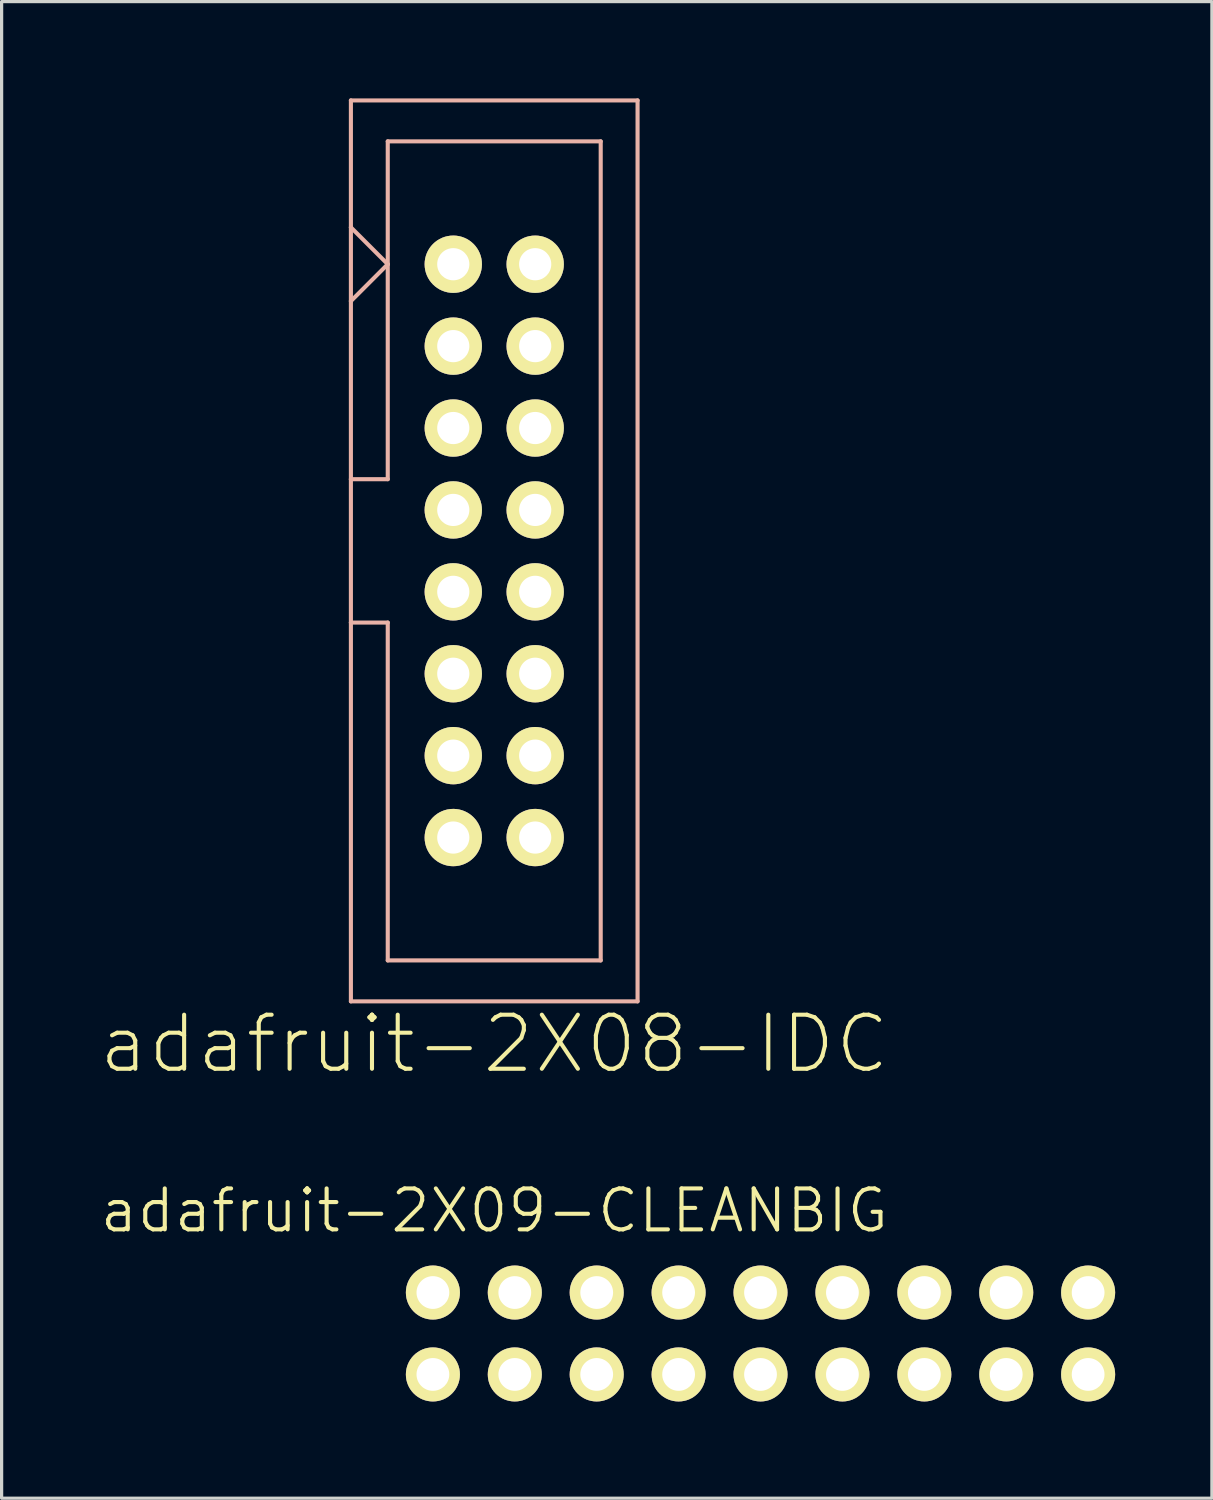
<source format=kicad_pcb>
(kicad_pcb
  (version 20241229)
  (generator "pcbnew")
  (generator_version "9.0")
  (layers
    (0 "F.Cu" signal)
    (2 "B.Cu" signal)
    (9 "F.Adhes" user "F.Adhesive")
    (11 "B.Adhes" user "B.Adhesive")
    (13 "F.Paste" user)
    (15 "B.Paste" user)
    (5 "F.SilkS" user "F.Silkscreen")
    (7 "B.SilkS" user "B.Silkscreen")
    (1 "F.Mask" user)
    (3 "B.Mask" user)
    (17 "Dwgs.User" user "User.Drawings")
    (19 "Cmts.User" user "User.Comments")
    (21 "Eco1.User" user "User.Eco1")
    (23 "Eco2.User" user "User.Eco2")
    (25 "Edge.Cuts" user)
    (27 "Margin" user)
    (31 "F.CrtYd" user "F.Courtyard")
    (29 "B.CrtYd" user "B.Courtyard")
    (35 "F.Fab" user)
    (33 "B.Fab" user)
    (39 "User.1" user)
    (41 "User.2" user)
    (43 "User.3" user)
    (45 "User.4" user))
  (footprint "adafruit-2X08-IDC"
    (layer "F.Cu")
    (at 12.277 14.034)
    (property "Reference" "adafruit-2X08-IDC" (at 0 15.291 0) (layer "F.SilkS") (effects (font (size 1.676 1.676) (thickness 0.127))))
    (attr exclude_from_pos_files exclude_from_bom)
    (fp_line (start -4.445 -13.97) (end 4.445 -13.97) (stroke (width 0.127) (type solid)) (layer "B.SilkS"))
    (fp_line (start -4.445 -10.033) (end -4.445 -13.97) (stroke (width 0.127) (type solid)) (layer "B.SilkS"))
    (fp_line (start -4.445 -10.033) (end -3.302 -8.89) (stroke (width 0.127) (type solid)) (layer "B.SilkS"))
    (fp_line (start -4.445 -7.747) (end -4.445 -10.033) (stroke (width 0.127) (type solid)) (layer "B.SilkS"))
    (fp_line (start -4.445 -2.223) (end -4.445 -7.747) (stroke (width 0.127) (type solid)) (layer "B.SilkS"))
    (fp_line (start -4.445 -2.223) (end -3.302 -2.223) (stroke (width 0.127) (type solid)) (layer "B.SilkS"))
    (fp_line (start -4.445 2.223) (end -4.445 -2.223) (stroke (width 0.127) (type solid)) (layer "B.SilkS"))
    (fp_line (start -4.445 13.97) (end -4.445 2.223) (stroke (width 0.127) (type solid)) (layer "B.SilkS"))
    (fp_line (start -3.302 -12.7) (end 3.302 -12.7) (stroke (width 0.127) (type solid)) (layer "B.SilkS"))
    (fp_line (start -3.302 -8.89) (end -4.445 -7.747) (stroke (width 0.127) (type solid)) (layer "B.SilkS"))
    (fp_line (start -3.302 -8.89) (end -3.302 -12.7) (stroke (width 0.127) (type solid)) (layer "B.SilkS"))
    (fp_line (start -3.302 -2.223) (end -3.302 -8.89) (stroke (width 0.127) (type solid)) (layer "B.SilkS"))
    (fp_line (start -3.302 2.223) (end -4.445 2.223) (stroke (width 0.127) (type solid)) (layer "B.SilkS"))
    (fp_line (start -3.302 12.7) (end -3.302 2.223) (stroke (width 0.127) (type solid)) (layer "B.SilkS"))
    (fp_line (start 3.302 -12.7) (end 3.302 12.7) (stroke (width 0.127) (type solid)) (layer "B.SilkS"))
    (fp_line (start 3.302 12.7) (end -3.302 12.7) (stroke (width 0.127) (type solid)) (layer "B.SilkS"))
    (fp_line (start 4.445 -13.97) (end 4.445 13.97) (stroke (width 0.127) (type solid)) (layer "B.SilkS"))
    (fp_line (start 4.445 13.97) (end -4.445 13.97) (stroke (width 0.127) (type solid)) (layer "B.SilkS"))
    (pad "1" thru_hole circle (at -1.27 -8.89) (size 1.778 1.778) (drill 0.998) (layers "*.Cu" "F.Mask" "F.SilkS" "F.Paste"))
    (pad "2" thru_hole circle (at 1.27 -8.89) (size 1.778 1.778) (drill 0.998) (layers "*.Cu" "F.Mask" "F.SilkS" "F.Paste"))
    (pad "3" thru_hole circle (at -1.27 -6.35) (size 1.778 1.778) (drill 0.998) (layers "*.Cu" "F.Mask" "F.SilkS" "F.Paste"))
    (pad "4" thru_hole circle (at 1.27 -6.35) (size 1.778 1.778) (drill 0.998) (layers "*.Cu" "F.Mask" "F.SilkS" "F.Paste"))
    (pad "5" thru_hole circle (at -1.27 -3.81) (size 1.778 1.778) (drill 0.998) (layers "*.Cu" "F.Mask" "F.SilkS" "F.Paste"))
    (pad "6" thru_hole circle (at 1.27 -3.81) (size 1.778 1.778) (drill 0.998) (layers "*.Cu" "F.Mask" "F.SilkS" "F.Paste"))
    (pad "7" thru_hole circle (at -1.27 -1.27) (size 1.778 1.778) (drill 0.998) (layers "*.Cu" "F.Mask" "F.SilkS" "F.Paste"))
    (pad "8" thru_hole circle (at 1.27 -1.27) (size 1.778 1.778) (drill 0.998) (layers "*.Cu" "F.Mask" "F.SilkS" "F.Paste"))
    (pad "9" thru_hole circle (at -1.27 1.27) (size 1.778 1.778) (drill 0.998) (layers "*.Cu" "F.Mask" "F.SilkS" "F.Paste"))
    (pad "10" thru_hole circle (at 1.27 1.27) (size 1.778 1.778) (drill 0.998) (layers "*.Cu" "F.Mask" "F.SilkS" "F.Paste"))
    (pad "11" thru_hole circle (at -1.27 3.81) (size 1.778 1.778) (drill 0.998) (layers "*.Cu" "F.Mask" "F.SilkS" "F.Paste"))
    (pad "12" thru_hole circle (at 1.27 3.81) (size 1.778 1.778) (drill 0.998) (layers "*.Cu" "F.Mask" "F.SilkS" "F.Paste"))
    (pad "13" thru_hole circle (at -1.27 6.35) (size 1.778 1.778) (drill 0.998) (layers "*.Cu" "F.Mask" "F.SilkS" "F.Paste"))
    (pad "14" thru_hole circle (at 1.27 6.35) (size 1.778 1.778) (drill 0.998) (layers "*.Cu" "F.Mask" "F.SilkS" "F.Paste"))
    (pad "15" thru_hole circle (at -1.27 8.89) (size 1.778 1.778) (drill 0.998) (layers "*.Cu" "F.Mask" "F.SilkS" "F.Paste"))
    (pad "16" thru_hole circle (at 1.27 8.89) (size 1.778 1.778) (drill 0.998) (layers "*.Cu" "F.Mask" "F.SilkS" "F.Paste")))
  (footprint "adafruit-2X09-CLEANBIG"
    (layer "F.Cu")
    (at 20.535 38.304)
    (property "Reference" "adafruit-2X09-CLEANBIG" (at -8.255 -3.81 0) (layer "F.SilkS") (effects (font (size 1.27 1.27) (thickness 0.127))))
    (attr exclude_from_pos_files exclude_from_bom)
    (fp_line (start -10.414 -1.524) (end -9.906 -1.524) (stroke (width 0.066) (type solid)) (layer "F.SilkS"))
    (fp_line (start -10.414 -1.016) (end -10.414 -1.524) (stroke (width 0.066) (type solid)) (layer "F.SilkS"))
    (fp_line (start -10.414 -1.016) (end -9.906 -1.016) (stroke (width 0.066) (type solid)) (layer "F.SilkS"))
    (fp_line (start -10.414 1.016) (end -9.906 1.016) (stroke (width 0.066) (type solid)) (layer "F.SilkS"))
    (fp_line (start -10.414 1.524) (end -10.414 1.016) (stroke (width 0.066) (type solid)) (layer "F.SilkS"))
    (fp_line (start -10.414 1.524) (end -9.906 1.524) (stroke (width 0.066) (type solid)) (layer "F.SilkS"))
    (fp_line (start -9.906 -1.016) (end -9.906 -1.524) (stroke (width 0.066) (type solid)) (layer "F.SilkS"))
    (fp_line (start -9.906 1.524) (end -9.906 1.016) (stroke (width 0.066) (type solid)) (layer "F.SilkS"))
    (fp_line (start -7.874 -1.524) (end -7.366 -1.524) (stroke (width 0.066) (type solid)) (layer "F.SilkS"))
    (fp_line (start -7.874 -1.016) (end -7.874 -1.524) (stroke (width 0.066) (type solid)) (layer "F.SilkS"))
    (fp_line (start -7.874 -1.016) (end -7.366 -1.016) (stroke (width 0.066) (type solid)) (layer "F.SilkS"))
    (fp_line (start -7.874 1.016) (end -7.366 1.016) (stroke (width 0.066) (type solid)) (layer "F.SilkS"))
    (fp_line (start -7.874 1.524) (end -7.874 1.016) (stroke (width 0.066) (type solid)) (layer "F.SilkS"))
    (fp_line (start -7.874 1.524) (end -7.366 1.524) (stroke (width 0.066) (type solid)) (layer "F.SilkS"))
    (fp_line (start -7.366 -1.016) (end -7.366 -1.524) (stroke (width 0.066) (type solid)) (layer "F.SilkS"))
    (fp_line (start -7.366 1.524) (end -7.366 1.016) (stroke (width 0.066) (type solid)) (layer "F.SilkS"))
    (fp_line (start -5.334 -1.524) (end -4.826 -1.524) (stroke (width 0.066) (type solid)) (layer "F.SilkS"))
    (fp_line (start -5.334 -1.016) (end -5.334 -1.524) (stroke (width 0.066) (type solid)) (layer "F.SilkS"))
    (fp_line (start -5.334 -1.016) (end -4.826 -1.016) (stroke (width 0.066) (type solid)) (layer "F.SilkS"))
    (fp_line (start -5.334 1.016) (end -4.826 1.016) (stroke (width 0.066) (type solid)) (layer "F.SilkS"))
    (fp_line (start -5.334 1.524) (end -5.334 1.016) (stroke (width 0.066) (type solid)) (layer "F.SilkS"))
    (fp_line (start -5.334 1.524) (end -4.826 1.524) (stroke (width 0.066) (type solid)) (layer "F.SilkS"))
    (fp_line (start -4.826 -1.016) (end -4.826 -1.524) (stroke (width 0.066) (type solid)) (layer "F.SilkS"))
    (fp_line (start -4.826 1.524) (end -4.826 1.016) (stroke (width 0.066) (type solid)) (layer "F.SilkS"))
    (fp_line (start -2.794 -1.524) (end -2.286 -1.524) (stroke (width 0.066) (type solid)) (layer "F.SilkS"))
    (fp_line (start -2.794 -1.016) (end -2.794 -1.524) (stroke (width 0.066) (type solid)) (layer "F.SilkS"))
    (fp_line (start -2.794 -1.016) (end -2.286 -1.016) (stroke (width 0.066) (type solid)) (layer "F.SilkS"))
    (fp_line (start -2.794 1.016) (end -2.286 1.016) (stroke (width 0.066) (type solid)) (layer "F.SilkS"))
    (fp_line (start -2.794 1.524) (end -2.794 1.016) (stroke (width 0.066) (type solid)) (layer "F.SilkS"))
    (fp_line (start -2.794 1.524) (end -2.286 1.524) (stroke (width 0.066) (type solid)) (layer "F.SilkS"))
    (fp_line (start -2.286 -1.016) (end -2.286 -1.524) (stroke (width 0.066) (type solid)) (layer "F.SilkS"))
    (fp_line (start -2.286 1.524) (end -2.286 1.016) (stroke (width 0.066) (type solid)) (layer "F.SilkS"))
    (fp_line (start -0.254 -1.524) (end 0.254 -1.524) (stroke (width 0.066) (type solid)) (layer "F.SilkS"))
    (fp_line (start -0.254 -1.016) (end -0.254 -1.524) (stroke (width 0.066) (type solid)) (layer "F.SilkS"))
    (fp_line (start -0.254 -1.016) (end 0.254 -1.016) (stroke (width 0.066) (type solid)) (layer "F.SilkS"))
    (fp_line (start -0.254 1.016) (end 0.254 1.016) (stroke (width 0.066) (type solid)) (layer "F.SilkS"))
    (fp_line (start -0.254 1.524) (end -0.254 1.016) (stroke (width 0.066) (type solid)) (layer "F.SilkS"))
    (fp_line (start -0.254 1.524) (end 0.254 1.524) (stroke (width 0.066) (type solid)) (layer "F.SilkS"))
    (fp_line (start 0.254 -1.016) (end 0.254 -1.524) (stroke (width 0.066) (type solid)) (layer "F.SilkS"))
    (fp_line (start 0.254 1.524) (end 0.254 1.016) (stroke (width 0.066) (type solid)) (layer "F.SilkS"))
    (fp_line (start 2.286 -1.524) (end 2.794 -1.524) (stroke (width 0.066) (type solid)) (layer "F.SilkS"))
    (fp_line (start 2.286 -1.016) (end 2.286 -1.524) (stroke (width 0.066) (type solid)) (layer "F.SilkS"))
    (fp_line (start 2.286 -1.016) (end 2.794 -1.016) (stroke (width 0.066) (type solid)) (layer "F.SilkS"))
    (fp_line (start 2.286 1.016) (end 2.794 1.016) (stroke (width 0.066) (type solid)) (layer "F.SilkS"))
    (fp_line (start 2.286 1.524) (end 2.286 1.016) (stroke (width 0.066) (type solid)) (layer "F.SilkS"))
    (fp_line (start 2.286 1.524) (end 2.794 1.524) (stroke (width 0.066) (type solid)) (layer "F.SilkS"))
    (fp_line (start 2.794 -1.016) (end 2.794 -1.524) (stroke (width 0.066) (type solid)) (layer "F.SilkS"))
    (fp_line (start 2.794 1.524) (end 2.794 1.016) (stroke (width 0.066) (type solid)) (layer "F.SilkS"))
    (fp_line (start 4.826 -1.524) (end 5.334 -1.524) (stroke (width 0.066) (type solid)) (layer "F.SilkS"))
    (fp_line (start 4.826 -1.016) (end 4.826 -1.524) (stroke (width 0.066) (type solid)) (layer "F.SilkS"))
    (fp_line (start 4.826 -1.016) (end 5.334 -1.016) (stroke (width 0.066) (type solid)) (layer "F.SilkS"))
    (fp_line (start 4.826 1.016) (end 5.334 1.016) (stroke (width 0.066) (type solid)) (layer "F.SilkS"))
    (fp_line (start 4.826 1.524) (end 4.826 1.016) (stroke (width 0.066) (type solid)) (layer "F.SilkS"))
    (fp_line (start 4.826 1.524) (end 5.334 1.524) (stroke (width 0.066) (type solid)) (layer "F.SilkS"))
    (fp_line (start 5.334 -1.016) (end 5.334 -1.524) (stroke (width 0.066) (type solid)) (layer "F.SilkS"))
    (fp_line (start 5.334 1.524) (end 5.334 1.016) (stroke (width 0.066) (type solid)) (layer "F.SilkS"))
    (fp_line (start 7.366 -1.524) (end 7.874 -1.524) (stroke (width 0.066) (type solid)) (layer "F.SilkS"))
    (fp_line (start 7.366 -1.016) (end 7.366 -1.524) (stroke (width 0.066) (type solid)) (layer "F.SilkS"))
    (fp_line (start 7.366 -1.016) (end 7.874 -1.016) (stroke (width 0.066) (type solid)) (layer "F.SilkS"))
    (fp_line (start 7.366 1.016) (end 7.874 1.016) (stroke (width 0.066) (type solid)) (layer "F.SilkS"))
    (fp_line (start 7.366 1.524) (end 7.366 1.016) (stroke (width 0.066) (type solid)) (layer "F.SilkS"))
    (fp_line (start 7.366 1.524) (end 7.874 1.524) (stroke (width 0.066) (type solid)) (layer "F.SilkS"))
    (fp_line (start 7.874 -1.016) (end 7.874 -1.524) (stroke (width 0.066) (type solid)) (layer "F.SilkS"))
    (fp_line (start 7.874 1.524) (end 7.874 1.016) (stroke (width 0.066) (type solid)) (layer "F.SilkS"))
    (fp_line (start 9.906 -1.524) (end 10.414 -1.524) (stroke (width 0.066) (type solid)) (layer "F.SilkS"))
    (fp_line (start 9.906 -1.016) (end 9.906 -1.524) (stroke (width 0.066) (type solid)) (layer "F.SilkS"))
    (fp_line (start 9.906 -1.016) (end 10.414 -1.016) (stroke (width 0.066) (type solid)) (layer "F.SilkS"))
    (fp_line (start 9.906 1.016) (end 10.414 1.016) (stroke (width 0.066) (type solid)) (layer "F.SilkS"))
    (fp_line (start 9.906 1.524) (end 9.906 1.016) (stroke (width 0.066) (type solid)) (layer "F.SilkS"))
    (fp_line (start 9.906 1.524) (end 10.414 1.524) (stroke (width 0.066) (type solid)) (layer "F.SilkS"))
    (fp_line (start 10.414 -1.016) (end 10.414 -1.524) (stroke (width 0.066) (type solid)) (layer "F.SilkS"))
    (fp_line (start 10.414 1.524) (end 10.414 1.016) (stroke (width 0.066) (type solid)) (layer "F.SilkS"))
    (pad "1" thru_hole circle (at -10.16 1.27) (size 1.676 1.676) (drill 1.016) (layers "*.Cu" "F.Mask" "F.SilkS" "F.Paste"))
    (pad "2" thru_hole circle (at -10.16 -1.27) (size 1.676 1.676) (drill 1.016) (layers "*.Cu" "F.Mask" "F.SilkS" "F.Paste"))
    (pad "3" thru_hole circle (at -7.62 1.27) (size 1.676 1.676) (drill 1.016) (layers "*.Cu" "F.Mask" "F.SilkS" "F.Paste"))
    (pad "4" thru_hole circle (at -7.62 -1.27) (size 1.676 1.676) (drill 1.016) (layers "*.Cu" "F.Mask" "F.SilkS" "F.Paste"))
    (pad "5" thru_hole circle (at -5.08 1.27) (size 1.676 1.676) (drill 1.016) (layers "*.Cu" "F.Mask" "F.SilkS" "F.Paste"))
    (pad "6" thru_hole circle (at -5.08 -1.27) (size 1.676 1.676) (drill 1.016) (layers "*.Cu" "F.Mask" "F.SilkS" "F.Paste"))
    (pad "7" thru_hole circle (at -2.54 1.27) (size 1.676 1.676) (drill 1.016) (layers "*.Cu" "F.Mask" "F.SilkS" "F.Paste"))
    (pad "8" thru_hole circle (at -2.54 -1.27) (size 1.676 1.676) (drill 1.016) (layers "*.Cu" "F.Mask" "F.SilkS" "F.Paste"))
    (pad "9" thru_hole circle (at 0 1.27) (size 1.676 1.676) (drill 1.016) (layers "*.Cu" "F.Mask" "F.SilkS" "F.Paste"))
    (pad "10" thru_hole circle (at 0 -1.27) (size 1.676 1.676) (drill 1.016) (layers "*.Cu" "F.Mask" "F.SilkS" "F.Paste"))
    (pad "11" thru_hole circle (at 2.54 1.27) (size 1.676 1.676) (drill 1.016) (layers "*.Cu" "F.Mask" "F.SilkS" "F.Paste"))
    (pad "12" thru_hole circle (at 2.54 -1.27) (size 1.676 1.676) (drill 1.016) (layers "*.Cu" "F.Mask" "F.SilkS" "F.Paste"))
    (pad "13" thru_hole circle (at 5.08 1.27) (size 1.676 1.676) (drill 1.016) (layers "*.Cu" "F.Mask" "F.SilkS" "F.Paste"))
    (pad "14" thru_hole circle (at 5.08 -1.27) (size 1.676 1.676) (drill 1.016) (layers "*.Cu" "F.Mask" "F.SilkS" "F.Paste"))
    (pad "15" thru_hole circle (at 7.62 1.27) (size 1.676 1.676) (drill 1.016) (layers "*.Cu" "F.Mask" "F.SilkS" "F.Paste"))
    (pad "16" thru_hole circle (at 7.62 -1.27) (size 1.676 1.676) (drill 1.016) (layers "*.Cu" "F.Mask" "F.SilkS" "F.Paste"))
    (pad "17" thru_hole circle (at 10.16 1.27) (size 1.676 1.676) (drill 1.016) (layers "*.Cu" "F.Mask" "F.SilkS" "F.Paste"))
    (pad "18" thru_hole circle (at 10.16 -1.27) (size 1.676 1.676) (drill 1.016) (layers "*.Cu" "F.Mask" "F.SilkS" "F.Paste")))
  (gr_rect
    (start -3 -3)
    (end 34.533 43.412)
    (stroke (width 0.1) (type default))
    (fill no)
    (layer "Edge.Cuts")))
</source>
